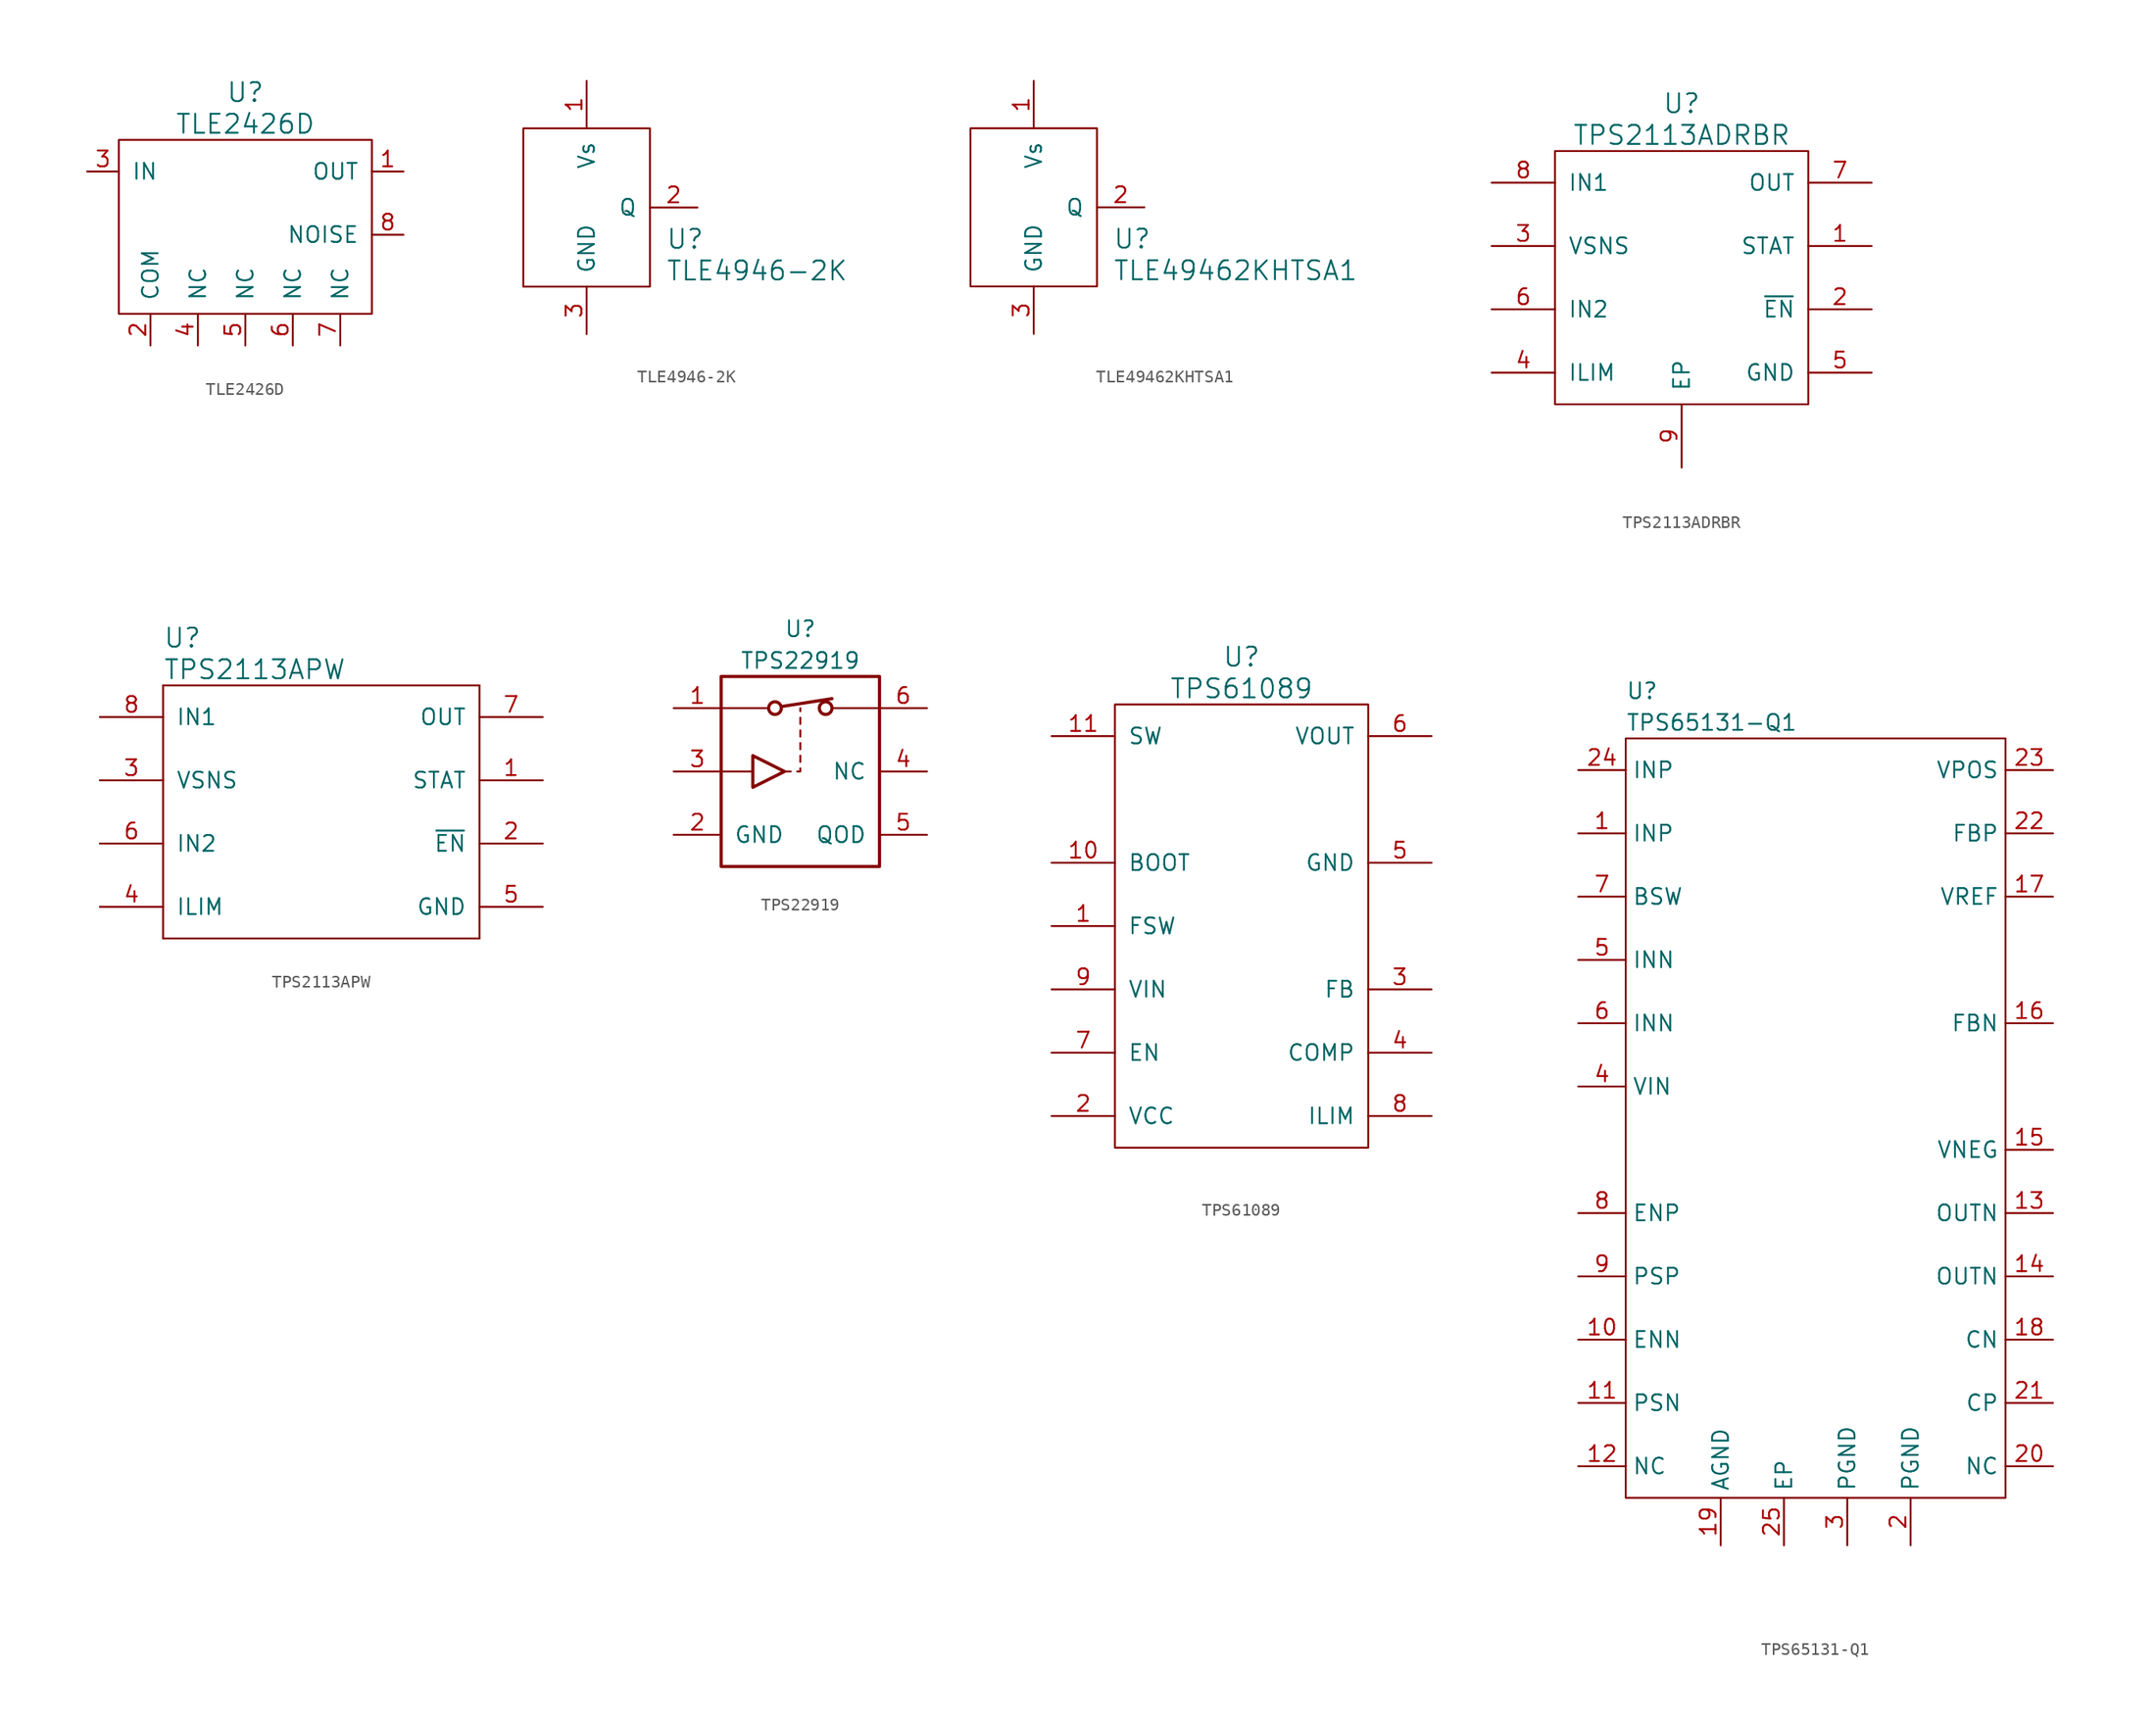
<source format=kicad_sym>
(kicad_symbol_lib
  (version 20231120)
  (generator "kicad_symbol_editor")
  (generator_version "8.0")
  (symbol "TLE2426D"
    (pin_names
      (offset 1.016))
    (property "Reference" "U"
      (at 0 11.43 0)
      (effects (font (size 1.524 1.524))))
    (property "Value" "TLE2426D"
      (at 0 8.89 0)
      (effects (font (size 1.524 1.524))))
    (symbol "TLE2426D_0_1"
      (rectangle (start -10.16 7.62) (end 10.16 -6.35) (stroke (width 0) (type default)) (fill (type none))))
    (symbol "TLE2426D_1_1"
      (pin input line (at 12.7 5.08 180) (length 2.54) (name "OUT" (effects (font (size 1.27 1.27)))) (number "1" (effects (font (size 1.27 1.27)))))
      (pin input line (at -7.62 -8.89 90) (length 2.54) (name "COM" (effects (font (size 1.27 1.27)))) (number "2" (effects (font (size 1.27 1.27)))))
      (pin input line (at -12.7 5.08 0) (length 2.54) (name "IN" (effects (font (size 1.27 1.27)))) (number "3" (effects (font (size 1.27 1.27)))))
      (pin input line (at -3.81 -8.89 90) (length 2.54) (name "NC" (effects (font (size 1.27 1.27)))) (number "4" (effects (font (size 1.27 1.27)))))
      (pin input line (at 0 -8.89 90) (length 2.54) (name "NC" (effects (font (size 1.27 1.27)))) (number "5" (effects (font (size 1.27 1.27)))))
      (pin input line (at 3.81 -8.89 90) (length 2.54) (name "NC" (effects (font (size 1.27 1.27)))) (number "6" (effects (font (size 1.27 1.27)))))
      (pin input line (at 7.62 -8.89 90) (length 2.54) (name "NC" (effects (font (size 1.27 1.27)))) (number "7" (effects (font (size 1.27 1.27)))))
      (pin input line (at 12.7 0 180) (length 2.54) (name "NOISE" (effects (font (size 1.27 1.27)))) (number "8" (effects (font (size 1.27 1.27)))))))
  (symbol "TLE4946-2K"
    (pin_names
      (offset 1.016))
    (property "Reference" "U"
      (at 6.35 -2.54 0)
      (effects (font (size 1.524 1.524)) (justify left)))
    (property "Value" "TLE4946-2K"
      (at 6.35 -5.08 0)
      (effects (font (size 1.524 1.524)) (justify left)))
    (symbol "TLE4946-2K_0_1"
      (rectangle (start 5.08 6.35) (end -5.08 -6.35) (stroke (width 0) (type default)) (fill (type none))))
    (symbol "TLE4946-2K_1_1"
      (pin input line (at 0 10.16 270) (length 3.81) (name "Vs" (effects (font (size 1.27 1.27)))) (number "1" (effects (font (size 1.27 1.27)))))
      (pin input line (at 8.89 0 180) (length 3.81) (name "Q" (effects (font (size 1.27 1.27)))) (number "2" (effects (font (size 1.27 1.27)))))
      (pin input line (at 0 -10.16 90) (length 3.81) (name "GND" (effects (font (size 1.27 1.27)))) (number "3" (effects (font (size 1.27 1.27)))))))
  (symbol "TLE49462KHTSA1"
    (pin_names
      (offset 1.016))
    (property "Reference" "U"
      (at 6.35 -2.54 0)
      (effects (font (size 1.524 1.524)) (justify left)))
    (property "Value" "TLE49462KHTSA1"
      (at 6.35 -5.08 0)
      (effects (font (size 1.524 1.524)) (justify left)))
    (symbol "TLE49462KHTSA1_0_1"
      (rectangle (start 5.08 6.35) (end -5.08 -6.35) (stroke (width 0) (type default)) (fill (type none))))
    (symbol "TLE49462KHTSA1_1_1"
      (pin input line (at 0 10.16 270) (length 3.81) (name "Vs" (effects (font (size 1.27 1.27)))) (number "1" (effects (font (size 1.27 1.27)))))
      (pin input line (at 8.89 0 180) (length 3.81) (name "Q" (effects (font (size 1.27 1.27)))) (number "2" (effects (font (size 1.27 1.27)))))
      (pin input line (at 0 -10.16 90) (length 3.81) (name "GND" (effects (font (size 1.27 1.27)))) (number "3" (effects (font (size 1.27 1.27)))))))
  (symbol "TPS2113ADRBR"
    (pin_names
      (offset 1.016))
    (property "Reference" "U"
      (at 0 13.97 0)
      (effects (font (size 1.524 1.524))))
    (property "Value" "TPS2113ADRBR"
      (at 0 11.43 0)
      (effects (font (size 1.524 1.524))))
    (symbol "TPS2113ADRBR_0_1"
      (rectangle (start -10.16 10.16) (end 10.16 -10.16) (stroke (width 0) (type default)) (fill (type none))))
    (symbol "TPS2113ADRBR_1_1"
      (pin input line (at 15.24 2.54 180) (length 5.08) (name "STAT" (effects (font (size 1.27 1.27)))) (number "1" (effects (font (size 1.27 1.27)))))
      (pin input line (at 15.24 -2.54 180) (length 5.08) (name "~{EN}" (effects (font (size 1.27 1.27)))) (number "2" (effects (font (size 1.27 1.27)))))
      (pin input line (at -15.24 2.54 0) (length 5.08) (name "VSNS" (effects (font (size 1.27 1.27)))) (number "3" (effects (font (size 1.27 1.27)))))
      (pin input line (at -15.24 -7.62 0) (length 5.08) (name "ILIM" (effects (font (size 1.27 1.27)))) (number "4" (effects (font (size 1.27 1.27)))))
      (pin input line (at 15.24 -7.62 180) (length 5.08) (name "GND" (effects (font (size 1.27 1.27)))) (number "5" (effects (font (size 1.27 1.27)))))
      (pin input line (at -15.24 -2.54 0) (length 5.08) (name "IN2" (effects (font (size 1.27 1.27)))) (number "6" (effects (font (size 1.27 1.27)))))
      (pin input line (at 15.24 7.62 180) (length 5.08) (name "OUT" (effects (font (size 1.27 1.27)))) (number "7" (effects (font (size 1.27 1.27)))))
      (pin input line (at -15.24 7.62 0) (length 5.08) (name "IN1" (effects (font (size 1.27 1.27)))) (number "8" (effects (font (size 1.27 1.27)))))
      (pin input line (at 0 -15.24 90) (length 5.08) (name "EP" (effects (font (size 1.27 1.27)))) (number "9" (effects (font (size 1.27 1.27)))))))
  (symbol "TPS2113APW"
    (pin_names
      (offset 1.016))
    (property "Reference" "U"
      (at -12.7 13.97 0)
      (effects (font (size 1.524 1.524)) (justify left)))
    (property "Value" "TPS2113APW"
      (at -12.7 11.43 0)
      (effects (font (size 1.524 1.524)) (justify left)))
    (symbol "TPS2113APW_0_1"
      (polyline (pts (xy -12.7 -10.16) (xy 12.7 -10.16)) (stroke (width 0) (type default)) (fill (type none)))
      (polyline (pts (xy -12.7 10.16) (xy -12.7 -10.16)) (stroke (width 0) (type default)) (fill (type none)))
      (polyline (pts (xy 12.7 -10.16) (xy 12.7 10.16)) (stroke (width 0) (type default)) (fill (type none)))
      (polyline (pts (xy 12.7 10.16) (xy -12.7 10.16)) (stroke (width 0) (type default)) (fill (type none))))
    (symbol "TPS2113APW_1_1"
      (pin passive line (at 17.78 2.54 180) (length 5.08) (name "STAT" (effects (font (size 1.27 1.27)))) (number "1" (effects (font (size 1.27 1.27)))))
      (pin passive line (at 17.78 -2.54 180) (length 5.08) (name "~{EN}" (effects (font (size 1.27 1.27)))) (number "2" (effects (font (size 1.27 1.27)))))
      (pin passive line (at -17.78 2.54 0) (length 5.08) (name "VSNS" (effects (font (size 1.27 1.27)))) (number "3" (effects (font (size 1.27 1.27)))))
      (pin passive line (at -17.78 -7.62 0) (length 5.08) (name "ILIM" (effects (font (size 1.27 1.27)))) (number "4" (effects (font (size 1.27 1.27)))))
      (pin passive line (at 17.78 -7.62 180) (length 5.08) (name "GND" (effects (font (size 1.27 1.27)))) (number "5" (effects (font (size 1.27 1.27)))))
      (pin passive line (at -17.78 -2.54 0) (length 5.08) (name "IN2" (effects (font (size 1.27 1.27)))) (number "6" (effects (font (size 1.27 1.27)))))
      (pin passive line (at 17.78 7.62 180) (length 5.08) (name "OUT" (effects (font (size 1.27 1.27)))) (number "7" (effects (font (size 1.27 1.27)))))
      (pin passive line (at -17.78 7.62 0) (length 5.08) (name "IN1" (effects (font (size 1.27 1.27)))) (number "8" (effects (font (size 1.27 1.27)))))))
  (symbol "TPS22919"
    (pin_names
      (offset 1.016))
    (property "Reference" "U"
      (at 0 11.43 0)
      (effects (font (size 1.27 1.27))))
    (property "Value" "TPS22919"
      (at 0 8.89 0)
      (effects (font (size 1.27 1.27))))
    (symbol "TPS22919_0_1"
      (rectangle (start -6.35 7.62) (end 6.35 -7.62) (stroke (width 0.254) (type default)) (fill (type none)))
      (circle (center -2.032 5.08) (radius 0.508) (stroke (width 0.254) (type default)) (fill (type none)))
      (polyline (pts (xy -6.35 0) (xy -3.81 0)) (stroke (width 0) (type default)) (fill (type none)))
      (polyline (pts (xy -6.35 5.08) (xy -2.54 5.08)) (stroke (width 0) (type default)) (fill (type none)))
      (polyline (pts (xy -1.524 5.207) (xy 2.54 5.842)) (stroke (width 0.254) (type default)) (fill (type none)))
      (polyline (pts (xy -1.27 0) (xy -0.762 0)) (stroke (width 0) (type default)) (fill (type none)))
      (polyline (pts (xy 0 0.762) (xy 0 1.27)) (stroke (width 0) (type default)) (fill (type none)))
      (polyline (pts (xy 0 1.778) (xy 0 2.286)) (stroke (width 0) (type default)) (fill (type none)))
      (polyline (pts (xy 0 2.794) (xy 0 3.302)) (stroke (width 0) (type default)) (fill (type none)))
      (polyline (pts (xy 0 3.81) (xy 0 4.318)) (stroke (width 0) (type default)) (fill (type none)))
      (polyline (pts (xy 0 4.826) (xy 0 5.08)) (stroke (width 0) (type default)) (fill (type none)))
      (polyline (pts (xy 2.54 5.08) (xy 6.35 5.08)) (stroke (width 0) (type default)) (fill (type none)))
      (polyline (pts (xy -0.254 0) (xy 0 0) (xy 0 0.254)) (stroke (width 0) (type default)) (fill (type none)))
      (polyline (pts (xy -3.81 0) (xy -3.81 1.27) (xy -1.27 0) (xy -3.81 -1.27) (xy -3.81 0)) (stroke (width 0.254) (type default)) (fill (type none)))
      (circle (center 2.032 5.08) (radius 0.508) (stroke (width 0.254) (type default)) (fill (type none))))
    (symbol "TPS22919_1_1"
      (pin passive line (at -10.16 5.08 0) (length 3.81) (name "~" (effects (font (size 1.27 1.27)))) (number "1" (effects (font (size 1.27 1.27)))))
      (pin power_in line (at -10.16 -5.08 0) (length 3.81) (name "GND" (effects (font (size 1.27 1.27)))) (number "2" (effects (font (size 1.27 1.27)))))
      (pin input line (at -10.16 0 0) (length 3.81) (name "~" (effects (font (size 1.27 1.27)))) (number "3" (effects (font (size 1.27 1.27)))))
      (pin input line (at 10.16 0 180) (length 3.81) (name "NC" (effects (font (size 1.27 1.27)))) (number "4" (effects (font (size 1.27 1.27)))))
      (pin input line (at 10.16 -5.08 180) (length 3.81) (name "QOD" (effects (font (size 1.27 1.27)))) (number "5" (effects (font (size 1.27 1.27)))))
      (pin passive line (at 10.16 5.08 180) (length 3.81) (name "~" (effects (font (size 1.27 1.27)))) (number "6" (effects (font (size 1.27 1.27)))))))
  (symbol "TPS61089"
    (pin_names
      (offset 1.016))
    (property "Reference" "U"
      (at 0 21.59 0)
      (effects (font (size 1.524 1.524))))
    (property "Value" "TPS61089"
      (at 0 19.05 0)
      (effects (font (size 1.524 1.524))))
    (symbol "TPS61089_0_1"
      (rectangle (start -10.16 17.78) (end 10.16 -17.78) (stroke (width 0) (type default)) (fill (type none))))
    (symbol "TPS61089_1_1"
      (pin input line (at -15.24 0 0) (length 5.08) (name "FSW" (effects (font (size 1.27 1.27)))) (number "1" (effects (font (size 1.27 1.27)))))
      (pin input line (at -15.24 5.08 0) (length 5.08) (name "BOOT" (effects (font (size 1.27 1.27)))) (number "10" (effects (font (size 1.27 1.27)))))
      (pin input line (at -15.24 15.24 0) (length 5.08) (name "SW" (effects (font (size 1.27 1.27)))) (number "11" (effects (font (size 1.27 1.27)))))
      (pin input line (at -15.24 -15.24 0) (length 5.08) (name "VCC" (effects (font (size 1.27 1.27)))) (number "2" (effects (font (size 1.27 1.27)))))
      (pin input line (at 15.24 -5.08 180) (length 5.08) (name "FB" (effects (font (size 1.27 1.27)))) (number "3" (effects (font (size 1.27 1.27)))))
      (pin input line (at 15.24 -10.16 180) (length 5.08) (name "COMP" (effects (font (size 1.27 1.27)))) (number "4" (effects (font (size 1.27 1.27)))))
      (pin input line (at 15.24 5.08 180) (length 5.08) (name "GND" (effects (font (size 1.27 1.27)))) (number "5" (effects (font (size 1.27 1.27)))))
      (pin input line (at 15.24 15.24 180) (length 5.08) (name "VOUT" (effects (font (size 1.27 1.27)))) (number "6" (effects (font (size 1.27 1.27)))))
      (pin input line (at -15.24 -10.16 0) (length 5.08) (name "EN" (effects (font (size 1.27 1.27)))) (number "7" (effects (font (size 1.27 1.27)))))
      (pin input line (at 15.24 -15.24 180) (length 5.08) (name "ILIM" (effects (font (size 1.27 1.27)))) (number "8" (effects (font (size 1.27 1.27)))))
      (pin input line (at -15.24 -5.08 0) (length 5.08) (name "VIN" (effects (font (size 1.27 1.27)))) (number "9" (effects (font (size 1.27 1.27)))))))
  (symbol "TPS65131-Q1"
    (property "Reference" "U"
      (at -15.24 34.29 0)
      (effects (font (size 1.27 1.27)) (justify left)))
    (property "Value" "TPS65131-Q1"
      (at -15.24 31.75 0)
      (effects (font (size 1.27 1.27)) (justify left)))
    (symbol "TPS65131-Q1_0_1"
      (rectangle (start -15.24 30.48) (end 15.24 -30.48) (stroke (width 0) (type default)) (fill (type none))))
    (symbol "TPS65131-Q1_1_1"
      (pin input line (at -19.05 22.86 0) (length 3.81) (name "INP" (effects (font (size 1.27 1.27)))) (number "1" (effects (font (size 1.27 1.27)))))
      (pin input line (at -19.05 -17.78 0) (length 3.81) (name "ENN" (effects (font (size 1.27 1.27)))) (number "10" (effects (font (size 1.27 1.27)))))
      (pin input line (at -19.05 -22.86 0) (length 3.81) (name "PSN" (effects (font (size 1.27 1.27)))) (number "11" (effects (font (size 1.27 1.27)))))
      (pin input line (at -19.05 -27.94 0) (length 3.81) (name "NC" (effects (font (size 1.27 1.27)))) (number "12" (effects (font (size 1.27 1.27)))))
      (pin input line (at 19.05 -7.62 180) (length 3.81) (name "OUTN" (effects (font (size 1.27 1.27)))) (number "13" (effects (font (size 1.27 1.27)))))
      (pin input line (at 19.05 -12.7 180) (length 3.81) (name "OUTN" (effects (font (size 1.27 1.27)))) (number "14" (effects (font (size 1.27 1.27)))))
      (pin input line (at 19.05 -2.54 180) (length 3.81) (name "VNEG" (effects (font (size 1.27 1.27)))) (number "15" (effects (font (size 1.27 1.27)))))
      (pin input line (at 19.05 7.62 180) (length 3.81) (name "FBN" (effects (font (size 1.27 1.27)))) (number "16" (effects (font (size 1.27 1.27)))))
      (pin input line (at 19.05 17.78 180) (length 3.81) (name "VREF" (effects (font (size 1.27 1.27)))) (number "17" (effects (font (size 1.27 1.27)))))
      (pin input line (at 19.05 -17.78 180) (length 3.81) (name "CN" (effects (font (size 1.27 1.27)))) (number "18" (effects (font (size 1.27 1.27)))))
      (pin input line (at -7.62 -34.29 90) (length 3.81) (name "AGND" (effects (font (size 1.27 1.27)))) (number "19" (effects (font (size 1.27 1.27)))))
      (pin input line (at 7.62 -34.29 90) (length 3.81) (name "PGND" (effects (font (size 1.27 1.27)))) (number "2" (effects (font (size 1.27 1.27)))))
      (pin input line (at 19.05 -27.94 180) (length 3.81) (name "NC" (effects (font (size 1.27 1.27)))) (number "20" (effects (font (size 1.27 1.27)))))
      (pin input line (at 19.05 -22.86 180) (length 3.81) (name "CP" (effects (font (size 1.27 1.27)))) (number "21" (effects (font (size 1.27 1.27)))))
      (pin input line (at 19.05 22.86 180) (length 3.81) (name "FBP" (effects (font (size 1.27 1.27)))) (number "22" (effects (font (size 1.27 1.27)))))
      (pin input line (at 19.05 27.94 180) (length 3.81) (name "VPOS" (effects (font (size 1.27 1.27)))) (number "23" (effects (font (size 1.27 1.27)))))
      (pin input line (at -19.05 27.94 0) (length 3.81) (name "INP" (effects (font (size 1.27 1.27)))) (number "24" (effects (font (size 1.27 1.27)))))
      (pin input line (at -2.54 -34.29 90) (length 3.81) (name "EP" (effects (font (size 1.27 1.27)))) (number "25" (effects (font (size 1.27 1.27)))))
      (pin input line (at 2.54 -34.29 90) (length 3.81) (name "PGND" (effects (font (size 1.27 1.27)))) (number "3" (effects (font (size 1.27 1.27)))))
      (pin input line (at -19.05 2.54 0) (length 3.81) (name "VIN" (effects (font (size 1.27 1.27)))) (number "4" (effects (font (size 1.27 1.27)))))
      (pin input line (at -19.05 12.7 0) (length 3.81) (name "INN" (effects (font (size 1.27 1.27)))) (number "5" (effects (font (size 1.27 1.27)))))
      (pin input line (at -19.05 7.62 0) (length 3.81) (name "INN" (effects (font (size 1.27 1.27)))) (number "6" (effects (font (size 1.27 1.27)))))
      (pin input line (at -19.05 17.78 0) (length 3.81) (name "BSW" (effects (font (size 1.27 1.27)))) (number "7" (effects (font (size 1.27 1.27)))))
      (pin input line (at -19.05 -7.62 0) (length 3.81) (name "ENP" (effects (font (size 1.27 1.27)))) (number "8" (effects (font (size 1.27 1.27)))))
      (pin input line (at -19.05 -12.7 0) (length 3.81) (name "PSP" (effects (font (size 1.27 1.27)))) (number "9" (effects (font (size 1.27 1.27))))))))
</source>
